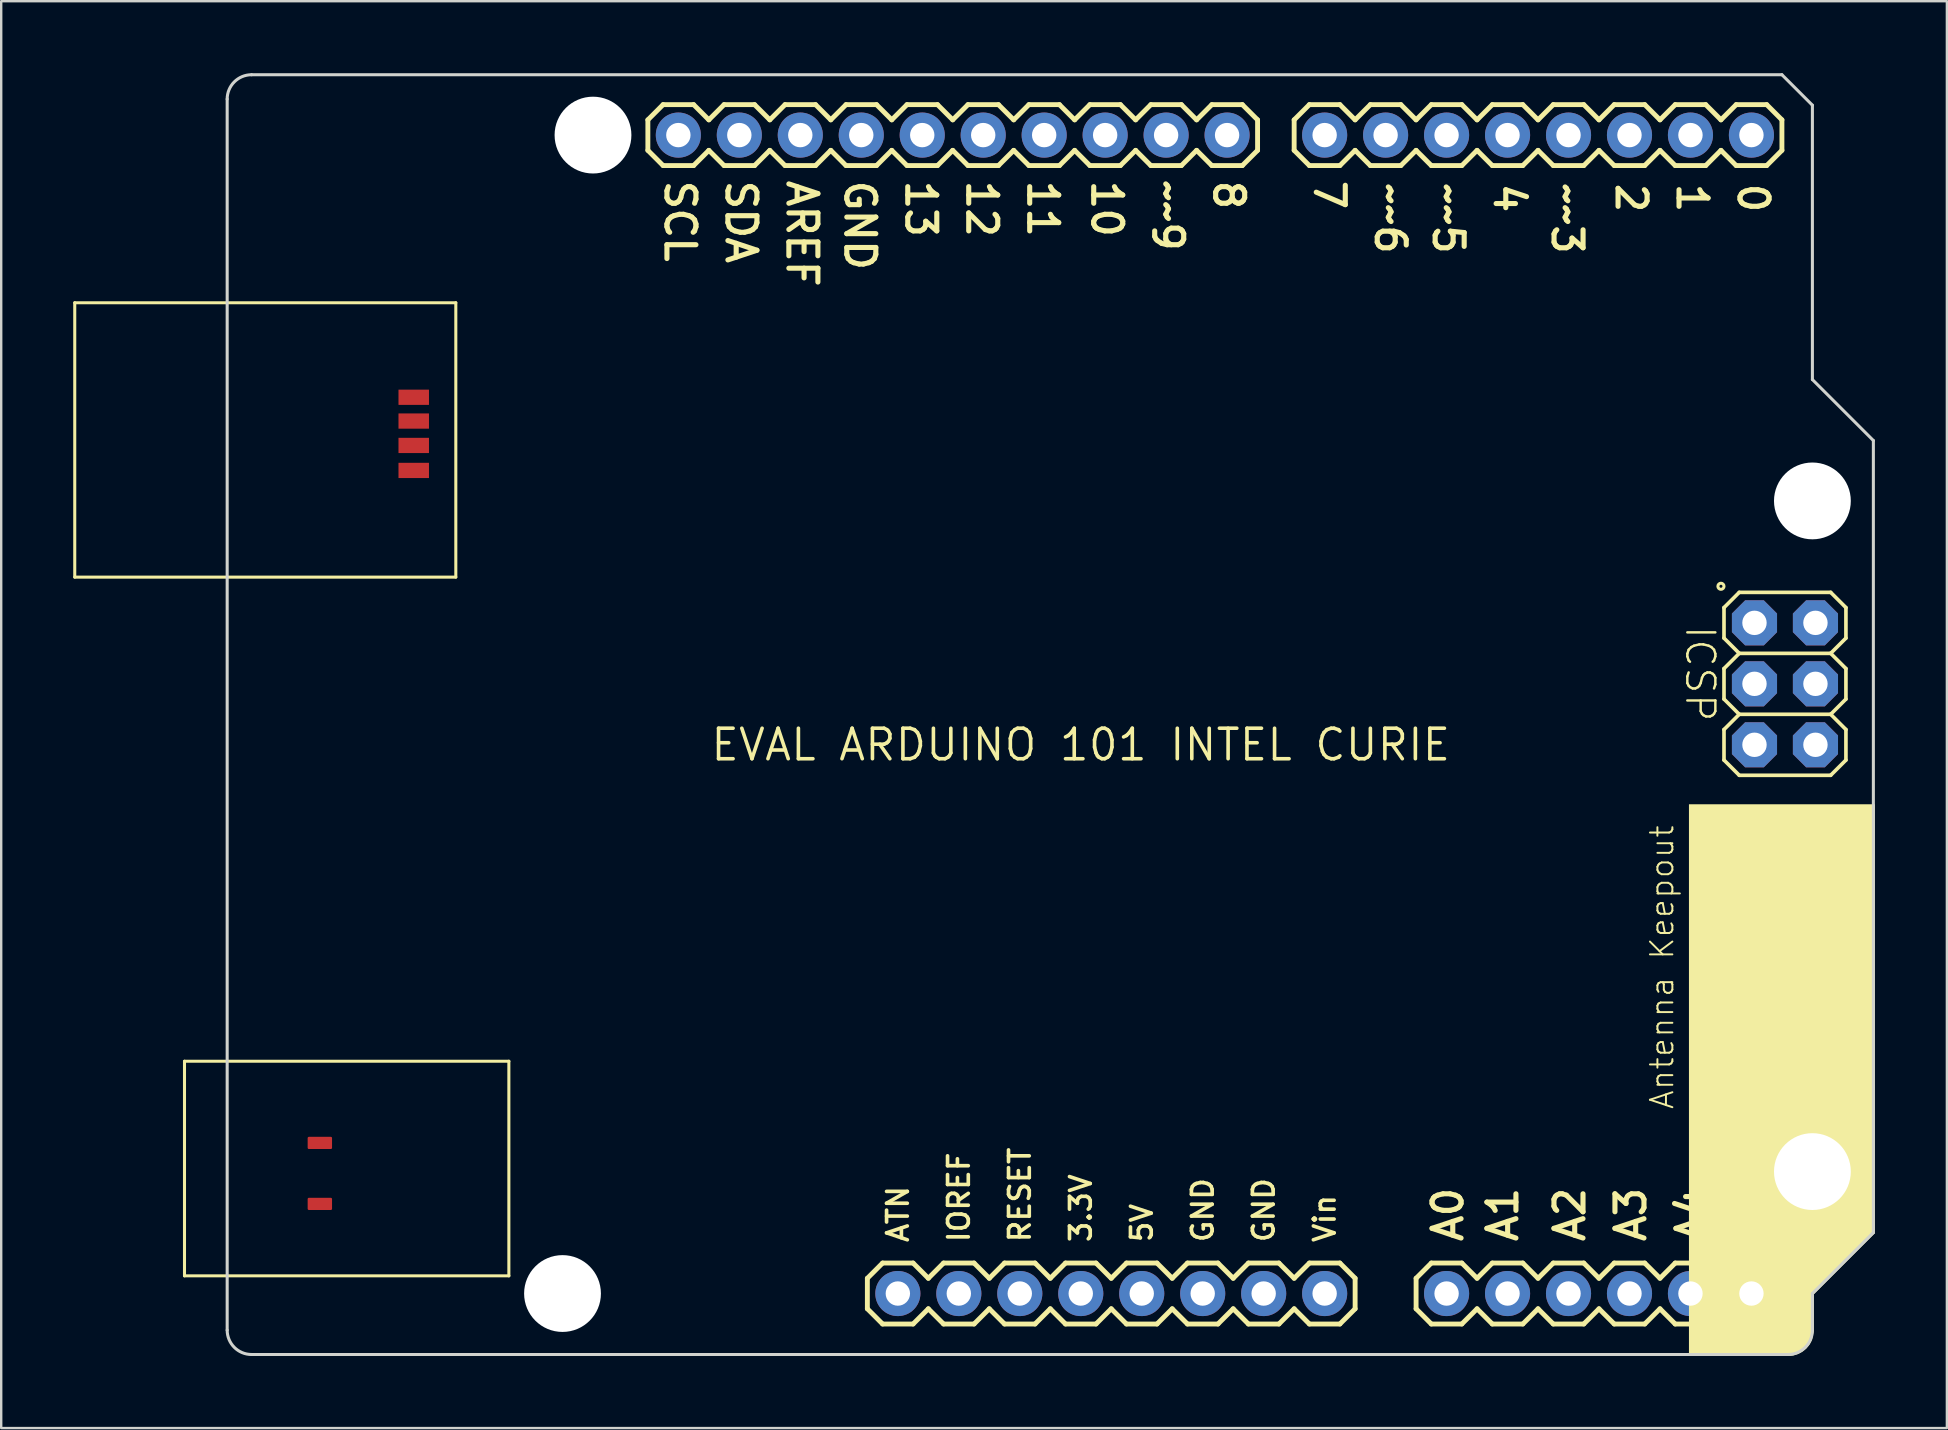
<source format=kicad_pcb>
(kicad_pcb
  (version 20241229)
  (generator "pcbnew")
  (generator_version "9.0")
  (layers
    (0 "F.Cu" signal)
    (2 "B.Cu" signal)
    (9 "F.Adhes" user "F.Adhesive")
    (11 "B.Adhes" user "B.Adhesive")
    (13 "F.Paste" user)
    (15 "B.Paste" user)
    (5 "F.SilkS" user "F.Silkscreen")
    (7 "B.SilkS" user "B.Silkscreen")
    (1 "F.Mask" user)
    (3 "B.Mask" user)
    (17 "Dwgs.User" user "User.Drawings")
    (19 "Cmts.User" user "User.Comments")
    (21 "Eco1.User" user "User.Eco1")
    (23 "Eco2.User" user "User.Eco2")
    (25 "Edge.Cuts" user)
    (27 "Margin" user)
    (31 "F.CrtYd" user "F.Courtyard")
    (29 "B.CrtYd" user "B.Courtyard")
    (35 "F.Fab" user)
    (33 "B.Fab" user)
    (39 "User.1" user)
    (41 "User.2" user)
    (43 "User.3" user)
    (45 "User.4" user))
  (footprint "EVAL ARDUINO 101 INTEL CURIE"
    (layer "F.Cu")
    (at 41.974 27.978)
    (property "Reference" "EVAL ARDUINO 101 INTEL CURIE" (at 0 0 0) (layer "F.SilkS") (effects (font (size 1.27 1.27) (thickness 0.15))))
    (fp_line (start -41.91 -18.415) (end -41.91 -6.985) (stroke (width 0.127) (type solid)) (layer "F.SilkS"))
    (fp_line (start -41.91 -6.985) (end -26.035 -6.985) (stroke (width 0.127) (type solid)) (layer "F.SilkS"))
    (fp_line (start -37.338 13.183) (end -37.338 22.123) (stroke (width 0.127) (type solid)) (layer "F.SilkS"))
    (fp_line (start -37.338 22.123) (end -23.825 22.123) (stroke (width 0.127) (type solid)) (layer "F.SilkS"))
    (fp_line (start -26.035 -18.415) (end -41.91 -18.415) (stroke (width 0.127) (type solid)) (layer "F.SilkS"))
    (fp_line (start -26.035 -6.985) (end -26.035 -18.415) (stroke (width 0.127) (type solid)) (layer "F.SilkS"))
    (fp_line (start -23.825 13.183) (end -37.338 13.183) (stroke (width 0.127) (type solid)) (layer "F.SilkS"))
    (fp_line (start -23.825 22.123) (end -23.825 13.183) (stroke (width 0.127) (type solid)) (layer "F.SilkS"))
    (fp_line (start -18.034 -26.035) (end -18.034 -24.765) (stroke (width 0.203) (type solid)) (layer "F.SilkS"))
    (fp_line (start -18.034 -24.765) (end -17.399 -24.13) (stroke (width 0.203) (type solid)) (layer "F.SilkS"))
    (fp_line (start -17.399 -26.67) (end -18.034 -26.035) (stroke (width 0.203) (type solid)) (layer "F.SilkS"))
    (fp_line (start -17.399 -26.67) (end -16.129 -26.67) (stroke (width 0.203) (type solid)) (layer "F.SilkS"))
    (fp_line (start -16.129 -26.67) (end -15.494 -26.035) (stroke (width 0.203) (type solid)) (layer "F.SilkS"))
    (fp_line (start -16.129 -24.13) (end -17.399 -24.13) (stroke (width 0.203) (type solid)) (layer "F.SilkS"))
    (fp_line (start -15.494 -24.765) (end -16.129 -24.13) (stroke (width 0.203) (type solid)) (layer "F.SilkS"))
    (fp_line (start -15.494 -24.765) (end -14.859 -24.13) (stroke (width 0.203) (type solid)) (layer "F.SilkS"))
    (fp_line (start -14.859 -26.67) (end -15.494 -26.035) (stroke (width 0.203) (type solid)) (layer "F.SilkS"))
    (fp_line (start -14.859 -26.67) (end -13.589 -26.67) (stroke (width 0.203) (type solid)) (layer "F.SilkS"))
    (fp_line (start -13.589 -26.67) (end -12.954 -26.035) (stroke (width 0.203) (type solid)) (layer "F.SilkS"))
    (fp_line (start -13.589 -24.13) (end -14.859 -24.13) (stroke (width 0.203) (type solid)) (layer "F.SilkS"))
    (fp_line (start -12.954 -24.765) (end -13.589 -24.13) (stroke (width 0.203) (type solid)) (layer "F.SilkS"))
    (fp_line (start -12.954 -24.765) (end -12.319 -24.13) (stroke (width 0.203) (type solid)) (layer "F.SilkS"))
    (fp_line (start -12.319 -26.67) (end -12.954 -26.035) (stroke (width 0.203) (type solid)) (layer "F.SilkS"))
    (fp_line (start -12.319 -26.67) (end -11.049 -26.67) (stroke (width 0.203) (type solid)) (layer "F.SilkS"))
    (fp_line (start -11.049 -26.67) (end -10.414 -26.035) (stroke (width 0.203) (type solid)) (layer "F.SilkS"))
    (fp_line (start -11.049 -24.13) (end -12.319 -24.13) (stroke (width 0.203) (type solid)) (layer "F.SilkS"))
    (fp_line (start -10.414 -26.035) (end -9.779 -26.67) (stroke (width 0.203) (type solid)) (layer "F.SilkS"))
    (fp_line (start -10.414 -24.765) (end -11.049 -24.13) (stroke (width 0.203) (type solid)) (layer "F.SilkS"))
    (fp_line (start -9.779 -26.67) (end -8.509 -26.67) (stroke (width 0.203) (type solid)) (layer "F.SilkS"))
    (fp_line (start -9.779 -24.13) (end -10.414 -24.765) (stroke (width 0.203) (type solid)) (layer "F.SilkS"))
    (fp_line (start -8.89 22.225) (end -8.89 23.495) (stroke (width 0.203) (type solid)) (layer "F.SilkS"))
    (fp_line (start -8.89 23.495) (end -8.255 24.13) (stroke (width 0.203) (type solid)) (layer "F.SilkS"))
    (fp_line (start -8.509 -26.67) (end -7.874 -26.035) (stroke (width 0.203) (type solid)) (layer "F.SilkS"))
    (fp_line (start -8.509 -24.13) (end -9.779 -24.13) (stroke (width 0.203) (type solid)) (layer "F.SilkS"))
    (fp_line (start -8.255 21.59) (end -8.89 22.225) (stroke (width 0.203) (type solid)) (layer "F.SilkS"))
    (fp_line (start -8.255 21.59) (end -6.985 21.59) (stroke (width 0.203) (type solid)) (layer "F.SilkS"))
    (fp_line (start -7.874 -26.035) (end -7.239 -26.67) (stroke (width 0.203) (type solid)) (layer "F.SilkS"))
    (fp_line (start -7.874 -24.765) (end -8.509 -24.13) (stroke (width 0.203) (type solid)) (layer "F.SilkS"))
    (fp_line (start -7.239 -26.67) (end -5.969 -26.67) (stroke (width 0.203) (type solid)) (layer "F.SilkS"))
    (fp_line (start -7.239 -24.13) (end -7.874 -24.765) (stroke (width 0.203) (type solid)) (layer "F.SilkS"))
    (fp_line (start -6.985 21.59) (end -6.35 22.225) (stroke (width 0.203) (type solid)) (layer "F.SilkS"))
    (fp_line (start -6.985 24.13) (end -8.255 24.13) (stroke (width 0.203) (type solid)) (layer "F.SilkS"))
    (fp_line (start -6.35 23.495) (end -6.985 24.13) (stroke (width 0.203) (type solid)) (layer "F.SilkS"))
    (fp_line (start -6.35 23.495) (end -5.715 24.13) (stroke (width 0.203) (type solid)) (layer "F.SilkS"))
    (fp_line (start -5.969 -26.67) (end -5.334 -26.035) (stroke (width 0.203) (type solid)) (layer "F.SilkS"))
    (fp_line (start -5.969 -24.13) (end -7.239 -24.13) (stroke (width 0.203) (type solid)) (layer "F.SilkS"))
    (fp_line (start -5.715 21.59) (end -6.35 22.225) (stroke (width 0.203) (type solid)) (layer "F.SilkS"))
    (fp_line (start -5.715 21.59) (end -4.445 21.59) (stroke (width 0.203) (type solid)) (layer "F.SilkS"))
    (fp_line (start -5.334 -24.765) (end -5.969 -24.13) (stroke (width 0.203) (type solid)) (layer "F.SilkS"))
    (fp_line (start -5.334 -24.765) (end -4.699 -24.13) (stroke (width 0.203) (type solid)) (layer "F.SilkS"))
    (fp_line (start -4.699 -26.67) (end -5.334 -26.035) (stroke (width 0.203) (type solid)) (layer "F.SilkS"))
    (fp_line (start -4.699 -26.67) (end -3.429 -26.67) (stroke (width 0.203) (type solid)) (layer "F.SilkS"))
    (fp_line (start -4.445 21.59) (end -3.81 22.225) (stroke (width 0.203) (type solid)) (layer "F.SilkS"))
    (fp_line (start -4.445 24.13) (end -5.715 24.13) (stroke (width 0.203) (type solid)) (layer "F.SilkS"))
    (fp_line (start -3.81 23.495) (end -4.445 24.13) (stroke (width 0.203) (type solid)) (layer "F.SilkS"))
    (fp_line (start -3.81 23.495) (end -3.175 24.13) (stroke (width 0.203) (type solid)) (layer "F.SilkS"))
    (fp_line (start -3.429 -26.67) (end -2.794 -26.035) (stroke (width 0.203) (type solid)) (layer "F.SilkS"))
    (fp_line (start -3.429 -24.13) (end -4.699 -24.13) (stroke (width 0.203) (type solid)) (layer "F.SilkS"))
    (fp_line (start -3.175 21.59) (end -3.81 22.225) (stroke (width 0.203) (type solid)) (layer "F.SilkS"))
    (fp_line (start -3.175 21.59) (end -1.905 21.59) (stroke (width 0.203) (type solid)) (layer "F.SilkS"))
    (fp_line (start -2.794 -26.035) (end -2.159 -26.67) (stroke (width 0.203) (type solid)) (layer "F.SilkS"))
    (fp_line (start -2.794 -24.765) (end -3.429 -24.13) (stroke (width 0.203) (type solid)) (layer "F.SilkS"))
    (fp_line (start -2.159 -26.67) (end -0.889 -26.67) (stroke (width 0.203) (type solid)) (layer "F.SilkS"))
    (fp_line (start -2.159 -24.13) (end -2.794 -24.765) (stroke (width 0.203) (type solid)) (layer "F.SilkS"))
    (fp_line (start -1.905 21.59) (end -1.27 22.225) (stroke (width 0.203) (type solid)) (layer "F.SilkS"))
    (fp_line (start -1.905 24.13) (end -3.175 24.13) (stroke (width 0.203) (type solid)) (layer "F.SilkS"))
    (fp_line (start -1.27 22.225) (end -0.635 21.59) (stroke (width 0.203) (type solid)) (layer "F.SilkS"))
    (fp_line (start -1.27 23.495) (end -1.905 24.13) (stroke (width 0.203) (type solid)) (layer "F.SilkS"))
    (fp_line (start -0.889 -26.67) (end -0.254 -26.035) (stroke (width 0.203) (type solid)) (layer "F.SilkS"))
    (fp_line (start -0.889 -24.13) (end -2.159 -24.13) (stroke (width 0.203) (type solid)) (layer "F.SilkS"))
    (fp_line (start -0.635 21.59) (end 0.635 21.59) (stroke (width 0.203) (type solid)) (layer "F.SilkS"))
    (fp_line (start -0.635 24.13) (end -1.27 23.495) (stroke (width 0.203) (type solid)) (layer "F.SilkS"))
    (fp_line (start -0.254 -26.035) (end 0.381 -26.67) (stroke (width 0.203) (type solid)) (layer "F.SilkS"))
    (fp_line (start -0.254 -24.765) (end -0.889 -24.13) (stroke (width 0.203) (type solid)) (layer "F.SilkS"))
    (fp_line (start 0.381 -26.67) (end 1.651 -26.67) (stroke (width 0.203) (type solid)) (layer "F.SilkS"))
    (fp_line (start 0.381 -24.13) (end -0.254 -24.765) (stroke (width 0.203) (type solid)) (layer "F.SilkS"))
    (fp_line (start 0.635 21.59) (end 1.27 22.225) (stroke (width 0.203) (type solid)) (layer "F.SilkS"))
    (fp_line (start 0.635 24.13) (end -0.635 24.13) (stroke (width 0.203) (type solid)) (layer "F.SilkS"))
    (fp_line (start 1.27 22.225) (end 1.905 21.59) (stroke (width 0.203) (type solid)) (layer "F.SilkS"))
    (fp_line (start 1.27 23.495) (end 0.635 24.13) (stroke (width 0.203) (type solid)) (layer "F.SilkS"))
    (fp_line (start 1.651 -26.67) (end 2.286 -26.035) (stroke (width 0.203) (type solid)) (layer "F.SilkS"))
    (fp_line (start 1.651 -24.13) (end 0.381 -24.13) (stroke (width 0.203) (type solid)) (layer "F.SilkS"))
    (fp_line (start 1.905 21.59) (end 3.175 21.59) (stroke (width 0.203) (type solid)) (layer "F.SilkS"))
    (fp_line (start 1.905 24.13) (end 1.27 23.495) (stroke (width 0.203) (type solid)) (layer "F.SilkS"))
    (fp_line (start 2.286 -24.765) (end 1.651 -24.13) (stroke (width 0.203) (type solid)) (layer "F.SilkS"))
    (fp_line (start 2.286 -24.765) (end 2.921 -24.13) (stroke (width 0.203) (type solid)) (layer "F.SilkS"))
    (fp_line (start 2.921 -26.67) (end 2.286 -26.035) (stroke (width 0.203) (type solid)) (layer "F.SilkS"))
    (fp_line (start 2.921 -26.67) (end 4.191 -26.67) (stroke (width 0.203) (type solid)) (layer "F.SilkS"))
    (fp_line (start 3.175 21.59) (end 3.81 22.225) (stroke (width 0.203) (type solid)) (layer "F.SilkS"))
    (fp_line (start 3.175 24.13) (end 1.905 24.13) (stroke (width 0.203) (type solid)) (layer "F.SilkS"))
    (fp_line (start 3.81 23.495) (end 3.175 24.13) (stroke (width 0.203) (type solid)) (layer "F.SilkS"))
    (fp_line (start 3.81 23.495) (end 4.445 24.13) (stroke (width 0.203) (type solid)) (layer "F.SilkS"))
    (fp_line (start 4.191 -26.67) (end 4.826 -26.035) (stroke (width 0.203) (type solid)) (layer "F.SilkS"))
    (fp_line (start 4.191 -24.13) (end 2.921 -24.13) (stroke (width 0.203) (type solid)) (layer "F.SilkS"))
    (fp_line (start 4.445 21.59) (end 3.81 22.225) (stroke (width 0.203) (type solid)) (layer "F.SilkS"))
    (fp_line (start 4.445 21.59) (end 5.715 21.59) (stroke (width 0.203) (type solid)) (layer "F.SilkS"))
    (fp_line (start 4.826 -24.765) (end 4.191 -24.13) (stroke (width 0.203) (type solid)) (layer "F.SilkS"))
    (fp_line (start 4.826 -24.765) (end 5.461 -24.13) (stroke (width 0.203) (type solid)) (layer "F.SilkS"))
    (fp_line (start 5.461 -26.67) (end 4.826 -26.035) (stroke (width 0.203) (type solid)) (layer "F.SilkS"))
    (fp_line (start 5.461 -26.67) (end 6.731 -26.67) (stroke (width 0.203) (type solid)) (layer "F.SilkS"))
    (fp_line (start 5.715 21.59) (end 6.35 22.225) (stroke (width 0.203) (type solid)) (layer "F.SilkS"))
    (fp_line (start 5.715 24.13) (end 4.445 24.13) (stroke (width 0.203) (type solid)) (layer "F.SilkS"))
    (fp_line (start 6.35 22.225) (end 6.985 21.59) (stroke (width 0.203) (type solid)) (layer "F.SilkS"))
    (fp_line (start 6.35 23.495) (end 5.715 24.13) (stroke (width 0.203) (type solid)) (layer "F.SilkS"))
    (fp_line (start 6.731 -26.67) (end 7.366 -26.035) (stroke (width 0.203) (type solid)) (layer "F.SilkS"))
    (fp_line (start 6.731 -24.13) (end 5.461 -24.13) (stroke (width 0.203) (type solid)) (layer "F.SilkS"))
    (fp_line (start 6.985 21.59) (end 8.255 21.59) (stroke (width 0.203) (type solid)) (layer "F.SilkS"))
    (fp_line (start 6.985 24.13) (end 6.35 23.495) (stroke (width 0.203) (type solid)) (layer "F.SilkS"))
    (fp_line (start 7.366 -26.035) (end 7.366 -24.765) (stroke (width 0.203) (type solid)) (layer "F.SilkS"))
    (fp_line (start 7.366 -24.765) (end 6.731 -24.13) (stroke (width 0.203) (type solid)) (layer "F.SilkS"))
    (fp_line (start 8.255 21.59) (end 8.89 22.225) (stroke (width 0.203) (type solid)) (layer "F.SilkS"))
    (fp_line (start 8.255 24.13) (end 6.985 24.13) (stroke (width 0.203) (type solid)) (layer "F.SilkS"))
    (fp_line (start 8.89 -26.035) (end 8.89 -24.765) (stroke (width 0.203) (type solid)) (layer "F.SilkS"))
    (fp_line (start 8.89 -24.765) (end 9.525 -24.13) (stroke (width 0.203) (type solid)) (layer "F.SilkS"))
    (fp_line (start 8.89 22.225) (end 9.525 21.59) (stroke (width 0.203) (type solid)) (layer "F.SilkS"))
    (fp_line (start 8.89 23.495) (end 8.255 24.13) (stroke (width 0.203) (type solid)) (layer "F.SilkS"))
    (fp_line (start 9.525 -26.67) (end 8.89 -26.035) (stroke (width 0.203) (type solid)) (layer "F.SilkS"))
    (fp_line (start 9.525 -26.67) (end 10.795 -26.67) (stroke (width 0.203) (type solid)) (layer "F.SilkS"))
    (fp_line (start 9.525 21.59) (end 10.795 21.59) (stroke (width 0.203) (type solid)) (layer "F.SilkS"))
    (fp_line (start 9.525 24.13) (end 8.89 23.495) (stroke (width 0.203) (type solid)) (layer "F.SilkS"))
    (fp_line (start 10.795 -26.67) (end 11.43 -26.035) (stroke (width 0.203) (type solid)) (layer "F.SilkS"))
    (fp_line (start 10.795 -24.13) (end 9.525 -24.13) (stroke (width 0.203) (type solid)) (layer "F.SilkS"))
    (fp_line (start 10.795 21.59) (end 11.43 22.225) (stroke (width 0.203) (type solid)) (layer "F.SilkS"))
    (fp_line (start 10.795 24.13) (end 9.525 24.13) (stroke (width 0.203) (type solid)) (layer "F.SilkS"))
    (fp_line (start 11.43 -26.035) (end 12.065 -26.67) (stroke (width 0.203) (type solid)) (layer "F.SilkS"))
    (fp_line (start 11.43 -24.765) (end 10.795 -24.13) (stroke (width 0.203) (type solid)) (layer "F.SilkS"))
    (fp_line (start 11.43 22.225) (end 11.43 23.495) (stroke (width 0.203) (type solid)) (layer "F.SilkS"))
    (fp_line (start 11.43 23.495) (end 10.795 24.13) (stroke (width 0.203) (type solid)) (layer "F.SilkS"))
    (fp_line (start 12.065 -26.67) (end 13.335 -26.67) (stroke (width 0.203) (type solid)) (layer "F.SilkS"))
    (fp_line (start 12.065 -24.13) (end 11.43 -24.765) (stroke (width 0.203) (type solid)) (layer "F.SilkS"))
    (fp_line (start 13.335 -26.67) (end 13.97 -26.035) (stroke (width 0.203) (type solid)) (layer "F.SilkS"))
    (fp_line (start 13.335 -24.13) (end 12.065 -24.13) (stroke (width 0.203) (type solid)) (layer "F.SilkS"))
    (fp_line (start 13.97 -26.035) (end 14.605 -26.67) (stroke (width 0.203) (type solid)) (layer "F.SilkS"))
    (fp_line (start 13.97 -24.765) (end 13.335 -24.13) (stroke (width 0.203) (type solid)) (layer "F.SilkS"))
    (fp_line (start 13.97 22.225) (end 13.97 23.495) (stroke (width 0.203) (type solid)) (layer "F.SilkS"))
    (fp_line (start 13.97 23.495) (end 14.605 24.13) (stroke (width 0.203) (type solid)) (layer "F.SilkS"))
    (fp_line (start 14.605 -26.67) (end 15.875 -26.67) (stroke (width 0.203) (type solid)) (layer "F.SilkS"))
    (fp_line (start 14.605 -24.13) (end 13.97 -24.765) (stroke (width 0.203) (type solid)) (layer "F.SilkS"))
    (fp_line (start 14.605 21.59) (end 13.97 22.225) (stroke (width 0.203) (type solid)) (layer "F.SilkS"))
    (fp_line (start 14.605 21.59) (end 15.875 21.59) (stroke (width 0.203) (type solid)) (layer "F.SilkS"))
    (fp_line (start 15.875 -26.67) (end 16.51 -26.035) (stroke (width 0.203) (type solid)) (layer "F.SilkS"))
    (fp_line (start 15.875 -24.13) (end 14.605 -24.13) (stroke (width 0.203) (type solid)) (layer "F.SilkS"))
    (fp_line (start 15.875 21.59) (end 16.51 22.225) (stroke (width 0.203) (type solid)) (layer "F.SilkS"))
    (fp_line (start 15.875 24.13) (end 14.605 24.13) (stroke (width 0.203) (type solid)) (layer "F.SilkS"))
    (fp_line (start 16.51 -24.765) (end 15.875 -24.13) (stroke (width 0.203) (type solid)) (layer "F.SilkS"))
    (fp_line (start 16.51 -24.765) (end 17.145 -24.13) (stroke (width 0.203) (type solid)) (layer "F.SilkS"))
    (fp_line (start 16.51 22.225) (end 17.145 21.59) (stroke (width 0.203) (type solid)) (layer "F.SilkS"))
    (fp_line (start 16.51 23.495) (end 15.875 24.13) (stroke (width 0.203) (type solid)) (layer "F.SilkS"))
    (fp_line (start 17.145 -26.67) (end 16.51 -26.035) (stroke (width 0.203) (type solid)) (layer "F.SilkS"))
    (fp_line (start 17.145 -26.67) (end 18.415 -26.67) (stroke (width 0.203) (type solid)) (layer "F.SilkS"))
    (fp_line (start 17.145 21.59) (end 18.415 21.59) (stroke (width 0.203) (type solid)) (layer "F.SilkS"))
    (fp_line (start 17.145 24.13) (end 16.51 23.495) (stroke (width 0.203) (type solid)) (layer "F.SilkS"))
    (fp_line (start 18.415 -26.67) (end 19.05 -26.035) (stroke (width 0.203) (type solid)) (layer "F.SilkS"))
    (fp_line (start 18.415 -24.13) (end 17.145 -24.13) (stroke (width 0.203) (type solid)) (layer "F.SilkS"))
    (fp_line (start 18.415 21.59) (end 19.05 22.225) (stroke (width 0.203) (type solid)) (layer "F.SilkS"))
    (fp_line (start 18.415 24.13) (end 17.145 24.13) (stroke (width 0.203) (type solid)) (layer "F.SilkS"))
    (fp_line (start 19.05 -26.035) (end 19.685 -26.67) (stroke (width 0.203) (type solid)) (layer "F.SilkS"))
    (fp_line (start 19.05 -24.765) (end 18.415 -24.13) (stroke (width 0.203) (type solid)) (layer "F.SilkS"))
    (fp_line (start 19.05 22.225) (end 19.685 21.59) (stroke (width 0.203) (type solid)) (layer "F.SilkS"))
    (fp_line (start 19.05 23.495) (end 18.415 24.13) (stroke (width 0.203) (type solid)) (layer "F.SilkS"))
    (fp_line (start 19.685 -26.67) (end 20.955 -26.67) (stroke (width 0.203) (type solid)) (layer "F.SilkS"))
    (fp_line (start 19.685 -24.13) (end 19.05 -24.765) (stroke (width 0.203) (type solid)) (layer "F.SilkS"))
    (fp_line (start 19.685 21.59) (end 20.955 21.59) (stroke (width 0.203) (type solid)) (layer "F.SilkS"))
    (fp_line (start 19.685 24.13) (end 19.05 23.495) (stroke (width 0.203) (type solid)) (layer "F.SilkS"))
    (fp_line (start 20.955 -26.67) (end 21.59 -26.035) (stroke (width 0.203) (type solid)) (layer "F.SilkS"))
    (fp_line (start 20.955 -24.13) (end 19.685 -24.13) (stroke (width 0.203) (type solid)) (layer "F.SilkS"))
    (fp_line (start 20.955 21.59) (end 21.59 22.225) (stroke (width 0.203) (type solid)) (layer "F.SilkS"))
    (fp_line (start 20.955 24.13) (end 19.685 24.13) (stroke (width 0.203) (type solid)) (layer "F.SilkS"))
    (fp_line (start 21.59 -26.035) (end 22.225 -26.67) (stroke (width 0.203) (type solid)) (layer "F.SilkS"))
    (fp_line (start 21.59 -24.765) (end 20.955 -24.13) (stroke (width 0.203) (type solid)) (layer "F.SilkS"))
    (fp_line (start 21.59 23.495) (end 20.955 24.13) (stroke (width 0.203) (type solid)) (layer "F.SilkS"))
    (fp_line (start 21.59 23.495) (end 22.225 24.13) (stroke (width 0.203) (type solid)) (layer "F.SilkS"))
    (fp_line (start 22.225 -26.67) (end 23.495 -26.67) (stroke (width 0.203) (type solid)) (layer "F.SilkS"))
    (fp_line (start 22.225 -24.13) (end 21.59 -24.765) (stroke (width 0.203) (type solid)) (layer "F.SilkS"))
    (fp_line (start 22.225 21.59) (end 21.59 22.225) (stroke (width 0.203) (type solid)) (layer "F.SilkS"))
    (fp_line (start 22.225 21.59) (end 23.495 21.59) (stroke (width 0.203) (type solid)) (layer "F.SilkS"))
    (fp_line (start 23.495 -26.67) (end 24.13 -26.035) (stroke (width 0.203) (type solid)) (layer "F.SilkS"))
    (fp_line (start 23.495 -24.13) (end 22.225 -24.13) (stroke (width 0.203) (type solid)) (layer "F.SilkS"))
    (fp_line (start 23.495 21.59) (end 24.13 22.225) (stroke (width 0.203) (type solid)) (layer "F.SilkS"))
    (fp_line (start 23.495 24.13) (end 22.225 24.13) (stroke (width 0.203) (type solid)) (layer "F.SilkS"))
    (fp_line (start 24.13 -24.765) (end 23.495 -24.13) (stroke (width 0.203) (type solid)) (layer "F.SilkS"))
    (fp_line (start 24.13 -24.765) (end 24.765 -24.13) (stroke (width 0.203) (type solid)) (layer "F.SilkS"))
    (fp_line (start 24.13 22.225) (end 24.765 21.59) (stroke (width 0.203) (type solid)) (layer "F.SilkS"))
    (fp_line (start 24.13 23.495) (end 23.495 24.13) (stroke (width 0.203) (type solid)) (layer "F.SilkS"))
    (fp_line (start 24.765 -26.67) (end 24.13 -26.035) (stroke (width 0.203) (type solid)) (layer "F.SilkS"))
    (fp_line (start 24.765 -26.67) (end 26.035 -26.67) (stroke (width 0.203) (type solid)) (layer "F.SilkS"))
    (fp_line (start 24.765 21.59) (end 26.035 21.59) (stroke (width 0.203) (type solid)) (layer "F.SilkS"))
    (fp_line (start 24.765 24.13) (end 24.13 23.495) (stroke (width 0.203) (type solid)) (layer "F.SilkS"))
    (fp_line (start 26.035 -26.67) (end 26.67 -26.035) (stroke (width 0.203) (type solid)) (layer "F.SilkS"))
    (fp_line (start 26.035 -24.13) (end 24.765 -24.13) (stroke (width 0.203) (type solid)) (layer "F.SilkS"))
    (fp_line (start 26.035 21.59) (end 26.67 22.225) (stroke (width 0.203) (type solid)) (layer "F.SilkS"))
    (fp_line (start 26.035 24.13) (end 24.765 24.13) (stroke (width 0.203) (type solid)) (layer "F.SilkS"))
    (fp_line (start 26.67 -24.765) (end 26.035 -24.13) (stroke (width 0.203) (type solid)) (layer "F.SilkS"))
    (fp_line (start 26.67 -24.765) (end 27.305 -24.13) (stroke (width 0.203) (type solid)) (layer "F.SilkS"))
    (fp_line (start 26.67 22.225) (end 27.305 21.59) (stroke (width 0.203) (type solid)) (layer "F.SilkS"))
    (fp_line (start 26.67 23.495) (end 26.035 24.13) (stroke (width 0.203) (type solid)) (layer "F.SilkS"))
    (fp_line (start 26.797 -5.715) (end 27.432 -6.35) (stroke (width 0.152) (type solid)) (layer "F.SilkS"))
    (fp_line (start 26.797 -4.445) (end 26.797 -5.715) (stroke (width 0.152) (type solid)) (layer "F.SilkS"))
    (fp_line (start 26.797 -3.175) (end 27.432 -3.81) (stroke (width 0.152) (type solid)) (layer "F.SilkS"))
    (fp_line (start 26.797 -1.905) (end 26.797 -3.175) (stroke (width 0.152) (type solid)) (layer "F.SilkS"))
    (fp_line (start 26.797 -0.635) (end 27.432 -1.27) (stroke (width 0.152) (type solid)) (layer "F.SilkS"))
    (fp_line (start 26.797 0.635) (end 26.797 -0.635) (stroke (width 0.152) (type solid)) (layer "F.SilkS"))
    (fp_line (start 27.305 -26.67) (end 26.67 -26.035) (stroke (width 0.203) (type solid)) (layer "F.SilkS"))
    (fp_line (start 27.305 -26.67) (end 28.575 -26.67) (stroke (width 0.203) (type solid)) (layer "F.SilkS"))
    (fp_line (start 27.305 21.59) (end 28.575 21.59) (stroke (width 0.203) (type solid)) (layer "F.SilkS"))
    (fp_line (start 27.305 24.13) (end 26.67 23.495) (stroke (width 0.203) (type solid)) (layer "F.SilkS"))
    (fp_line (start 27.432 -6.35) (end 31.242 -6.35) (stroke (width 0.152) (type solid)) (layer "F.SilkS"))
    (fp_line (start 27.432 -3.81) (end 26.797 -4.445) (stroke (width 0.152) (type solid)) (layer "F.SilkS"))
    (fp_line (start 27.432 -3.81) (end 31.242 -3.81) (stroke (width 0.152) (type solid)) (layer "F.SilkS"))
    (fp_line (start 27.432 -1.27) (end 26.797 -1.905) (stroke (width 0.152) (type solid)) (layer "F.SilkS"))
    (fp_line (start 27.432 -1.27) (end 31.242 -1.27) (stroke (width 0.152) (type solid)) (layer "F.SilkS"))
    (fp_line (start 27.432 1.27) (end 26.797 0.635) (stroke (width 0.152) (type solid)) (layer "F.SilkS"))
    (fp_line (start 27.432 1.27) (end 31.242 1.27) (stroke (width 0.152) (type solid)) (layer "F.SilkS"))
    (fp_line (start 28.575 -26.67) (end 29.21 -26.035) (stroke (width 0.203) (type solid)) (layer "F.SilkS"))
    (fp_line (start 28.575 -24.13) (end 27.305 -24.13) (stroke (width 0.203) (type solid)) (layer "F.SilkS"))
    (fp_line (start 28.575 21.59) (end 29.21 22.225) (stroke (width 0.203) (type solid)) (layer "F.SilkS"))
    (fp_line (start 28.575 24.13) (end 27.305 24.13) (stroke (width 0.203) (type solid)) (layer "F.SilkS"))
    (fp_line (start 29.21 -26.035) (end 29.21 -24.765) (stroke (width 0.203) (type solid)) (layer "F.SilkS"))
    (fp_line (start 29.21 -24.765) (end 28.575 -24.13) (stroke (width 0.203) (type solid)) (layer "F.SilkS"))
    (fp_line (start 29.21 22.225) (end 29.21 23.495) (stroke (width 0.203) (type solid)) (layer "F.SilkS"))
    (fp_line (start 29.21 23.495) (end 28.575 24.13) (stroke (width 0.203) (type solid)) (layer "F.SilkS"))
    (fp_line (start 31.242 -3.81) (end 31.877 -4.445) (stroke (width 0.152) (type solid)) (layer "F.SilkS"))
    (fp_line (start 31.242 -1.27) (end 31.877 -1.905) (stroke (width 0.152) (type solid)) (layer "F.SilkS"))
    (fp_line (start 31.242 1.27) (end 31.877 0.635) (stroke (width 0.152) (type solid)) (layer "F.SilkS"))
    (fp_line (start 31.877 -5.715) (end 31.242 -6.35) (stroke (width 0.152) (type solid)) (layer "F.SilkS"))
    (fp_line (start 31.877 -4.445) (end 31.877 -5.715) (stroke (width 0.152) (type solid)) (layer "F.SilkS"))
    (fp_line (start 31.877 -3.175) (end 31.242 -3.81) (stroke (width 0.152) (type solid)) (layer "F.SilkS"))
    (fp_line (start 31.877 -1.905) (end 31.877 -3.175) (stroke (width 0.152) (type solid)) (layer "F.SilkS"))
    (fp_line (start 31.877 -0.635) (end 31.242 -1.27) (stroke (width 0.152) (type solid)) (layer "F.SilkS"))
    (fp_line (start 31.877 0.635) (end 31.877 -0.635) (stroke (width 0.152) (type solid)) (layer "F.SilkS"))
    (fp_circle (center 26.67 -6.604) (end 26.797 -6.604) (stroke (width 0.127) (type solid)) (fill no) (layer "F.SilkS"))
    (fp_poly (pts (xy 33.084 20.346) (xy 30.544 22.886) (xy 30.544 24.39) (xy 30.463 24.794) (xy 30.362 24.984) (xy 30.228 25.148) (xy 30.064 25.282) (xy 29.877 25.382) (xy 29.675 25.443) (xy 29.467 25.463) (xy 25.337 25.463) (xy 25.337 2.477) (xy 33.084 2.477)) (stroke (width 0) (type default)) (fill yes) (layer "F.SilkS"))
    (fp_line (start -35.56 24.384) (end -35.56 -26.899) (stroke (width 0.127) (type solid)) (layer "Edge.Cuts"))
    (fp_line (start -34.544 -27.915) (end 29.21 -27.915) (stroke (width 0.127) (type solid)) (layer "Edge.Cuts"))
    (fp_line (start 29.21 -27.915) (end 30.48 -26.645) (stroke (width 0.127) (type solid)) (layer "Edge.Cuts"))
    (fp_line (start 29.464 25.4) (end -34.544 25.4) (stroke (width 0.127) (type solid)) (layer "Edge.Cuts"))
    (fp_line (start 30.48 -26.645) (end 30.48 -15.215) (stroke (width 0.127) (type solid)) (layer "Edge.Cuts"))
    (fp_line (start 30.48 -15.215) (end 33.02 -12.675) (stroke (width 0.127) (type solid)) (layer "Edge.Cuts"))
    (fp_line (start 30.48 22.86) (end 30.48 24.384) (stroke (width 0.127) (type solid)) (layer "Edge.Cuts"))
    (fp_line (start 33.02 -12.675) (end 33.02 20.32) (stroke (width 0.127) (type solid)) (layer "Edge.Cuts"))
    (fp_line (start 33.02 20.32) (end 30.48 22.86) (stroke (width 0.127) (type solid)) (layer "Edge.Cuts"))
    (fp_arc (start -35.56 -26.8986) (mid -35.26242 -27.61702) (end -34.544 -27.9146) (stroke (width 0.127) (type solid)) (layer "Edge.Cuts"))
    (fp_arc (start -34.544 25.4) (mid -35.26242 25.10242) (end -35.56 24.384) (stroke (width 0.127) (type solid)) (layer "Edge.Cuts"))
    (fp_arc (start 30.48 24.384) (mid 30.18242 25.10242) (end 29.464 25.4) (stroke (width 0.127) (type solid)) (layer "Edge.Cuts"))
    (fp_poly (pts (xy -17.018 -25.146) (xy -16.51 -25.146) (xy -16.51 -25.654) (xy -17.018 -25.654)) (stroke (width 0.1) (type default)) (fill no) (layer "F.Fab"))
    (fp_poly (pts (xy -14.478 -25.146) (xy -13.97 -25.146) (xy -13.97 -25.654) (xy -14.478 -25.654)) (stroke (width 0.1) (type default)) (fill no) (layer "F.Fab"))
    (fp_poly (pts (xy -11.938 -25.146) (xy -11.43 -25.146) (xy -11.43 -25.654) (xy -11.938 -25.654)) (stroke (width 0.1) (type default)) (fill no) (layer "F.Fab"))
    (fp_poly (pts (xy -9.398 -25.146) (xy -8.89 -25.146) (xy -8.89 -25.654) (xy -9.398 -25.654)) (stroke (width 0.1) (type default)) (fill no) (layer "F.Fab"))
    (fp_poly (pts (xy -7.874 23.114) (xy -7.366 23.114) (xy -7.366 22.606) (xy -7.874 22.606)) (stroke (width 0.1) (type default)) (fill no) (layer "F.Fab"))
    (fp_poly (pts (xy -6.858 -25.146) (xy -6.35 -25.146) (xy -6.35 -25.654) (xy -6.858 -25.654)) (stroke (width 0.1) (type default)) (fill no) (layer "F.Fab"))
    (fp_poly (pts (xy -5.334 23.114) (xy -4.826 23.114) (xy -4.826 22.606) (xy -5.334 22.606)) (stroke (width 0.1) (type default)) (fill no) (layer "F.Fab"))
    (fp_poly (pts (xy -4.318 -25.146) (xy -3.81 -25.146) (xy -3.81 -25.654) (xy -4.318 -25.654)) (stroke (width 0.1) (type default)) (fill no) (layer "F.Fab"))
    (fp_poly (pts (xy -2.794 23.114) (xy -2.286 23.114) (xy -2.286 22.606) (xy -2.794 22.606)) (stroke (width 0.1) (type default)) (fill no) (layer "F.Fab"))
    (fp_poly (pts (xy -1.778 -25.146) (xy -1.27 -25.146) (xy -1.27 -25.654) (xy -1.778 -25.654)) (stroke (width 0.1) (type default)) (fill no) (layer "F.Fab"))
    (fp_poly (pts (xy -0.254 23.114) (xy 0.254 23.114) (xy 0.254 22.606) (xy -0.254 22.606)) (stroke (width 0.1) (type default)) (fill no) (layer "F.Fab"))
    (fp_poly (pts (xy 0.762 -25.146) (xy 1.27 -25.146) (xy 1.27 -25.654) (xy 0.762 -25.654)) (stroke (width 0.1) (type default)) (fill no) (layer "F.Fab"))
    (fp_poly (pts (xy 2.286 23.114) (xy 2.794 23.114) (xy 2.794 22.606) (xy 2.286 22.606)) (stroke (width 0.1) (type default)) (fill no) (layer "F.Fab"))
    (fp_poly (pts (xy 3.302 -25.146) (xy 3.81 -25.146) (xy 3.81 -25.654) (xy 3.302 -25.654)) (stroke (width 0.1) (type default)) (fill no) (layer "F.Fab"))
    (fp_poly (pts (xy 4.826 23.114) (xy 5.334 23.114) (xy 5.334 22.606) (xy 4.826 22.606)) (stroke (width 0.1) (type default)) (fill no) (layer "F.Fab"))
    (fp_poly (pts (xy 5.842 -25.146) (xy 6.35 -25.146) (xy 6.35 -25.654) (xy 5.842 -25.654)) (stroke (width 0.1) (type default)) (fill no) (layer "F.Fab"))
    (fp_poly (pts (xy 7.366 23.114) (xy 7.874 23.114) (xy 7.874 22.606) (xy 7.366 22.606)) (stroke (width 0.1) (type default)) (fill no) (layer "F.Fab"))
    (fp_poly (pts (xy 9.906 -25.146) (xy 10.414 -25.146) (xy 10.414 -25.654) (xy 9.906 -25.654)) (stroke (width 0.1) (type default)) (fill no) (layer "F.Fab"))
    (fp_poly (pts (xy 9.906 23.114) (xy 10.414 23.114) (xy 10.414 22.606) (xy 9.906 22.606)) (stroke (width 0.1) (type default)) (fill no) (layer "F.Fab"))
    (fp_poly (pts (xy 12.446 -25.146) (xy 12.954 -25.146) (xy 12.954 -25.654) (xy 12.446 -25.654)) (stroke (width 0.1) (type default)) (fill no) (layer "F.Fab"))
    (fp_poly (pts (xy 14.986 -25.146) (xy 15.494 -25.146) (xy 15.494 -25.654) (xy 14.986 -25.654)) (stroke (width 0.1) (type default)) (fill no) (layer "F.Fab"))
    (fp_poly (pts (xy 14.986 23.114) (xy 15.494 23.114) (xy 15.494 22.606) (xy 14.986 22.606)) (stroke (width 0.1) (type default)) (fill no) (layer "F.Fab"))
    (fp_poly (pts (xy 17.526 -25.146) (xy 18.034 -25.146) (xy 18.034 -25.654) (xy 17.526 -25.654)) (stroke (width 0.1) (type default)) (fill no) (layer "F.Fab"))
    (fp_poly (pts (xy 17.526 23.114) (xy 18.034 23.114) (xy 18.034 22.606) (xy 17.526 22.606)) (stroke (width 0.1) (type default)) (fill no) (layer "F.Fab"))
    (fp_poly (pts (xy 20.066 -25.146) (xy 20.574 -25.146) (xy 20.574 -25.654) (xy 20.066 -25.654)) (stroke (width 0.1) (type default)) (fill no) (layer "F.Fab"))
    (fp_poly (pts (xy 20.066 23.114) (xy 20.574 23.114) (xy 20.574 22.606) (xy 20.066 22.606)) (stroke (width 0.1) (type default)) (fill no) (layer "F.Fab"))
    (fp_poly (pts (xy 22.606 -25.146) (xy 23.114 -25.146) (xy 23.114 -25.654) (xy 22.606 -25.654)) (stroke (width 0.1) (type default)) (fill no) (layer "F.Fab"))
    (fp_poly (pts (xy 22.606 23.114) (xy 23.114 23.114) (xy 23.114 22.606) (xy 22.606 22.606)) (stroke (width 0.1) (type default)) (fill no) (layer "F.Fab"))
    (fp_poly (pts (xy 25.146 -25.146) (xy 25.654 -25.146) (xy 25.654 -25.654) (xy 25.146 -25.654)) (stroke (width 0.1) (type default)) (fill no) (layer "F.Fab"))
    (fp_poly (pts (xy 25.146 23.114) (xy 25.654 23.114) (xy 25.654 22.606) (xy 25.146 22.606)) (stroke (width 0.1) (type default)) (fill no) (layer "F.Fab"))
    (fp_poly (pts (xy 27.686 -25.146) (xy 28.194 -25.146) (xy 28.194 -25.654) (xy 27.686 -25.654)) (stroke (width 0.1) (type default)) (fill no) (layer "F.Fab"))
    (fp_poly (pts (xy 27.686 23.114) (xy 28.194 23.114) (xy 28.194 22.606) (xy 27.686 22.606)) (stroke (width 0.1) (type default)) (fill no) (layer "F.Fab"))
    (fp_poly (pts (xy 28.321 -4.826) (xy 28.321 -5.334) (xy 27.813 -5.334) (xy 27.813 -4.826)) (stroke (width 0.1) (type default)) (fill no) (layer "F.Fab"))
    (fp_poly (pts (xy 28.321 -2.286) (xy 28.321 -2.794) (xy 27.813 -2.794) (xy 27.813 -2.286)) (stroke (width 0.1) (type default)) (fill no) (layer "F.Fab"))
    (fp_poly (pts (xy 28.321 0.254) (xy 28.321 -0.254) (xy 27.813 -0.254) (xy 27.813 0.254)) (stroke (width 0.1) (type default)) (fill no) (layer "F.Fab"))
    (fp_poly (pts (xy 30.861 -4.826) (xy 30.861 -5.334) (xy 30.353 -5.334) (xy 30.353 -4.826)) (stroke (width 0.1) (type default)) (fill no) (layer "F.Fab"))
    (fp_poly (pts (xy 30.861 -2.286) (xy 30.861 -2.794) (xy 30.353 -2.794) (xy 30.353 -2.286)) (stroke (width 0.1) (type default)) (fill no) (layer "F.Fab"))
    (fp_poly (pts (xy 30.861 0.254) (xy 30.861 -0.254) (xy 30.353 -0.254) (xy 30.353 0.254)) (stroke (width 0.1) (type default)) (fill no) (layer "F.Fab"))
    (fp_text user "A1" (at 18.288 20.803 90) (unlocked yes) (layer "F.SilkS") (effects (font (size 1.209 1.209) (thickness 0.213)) (justify left bottom)))
    (fp_text user "A5" (at 28.575 20.803 90) (unlocked yes) (layer "F.SilkS") (effects (font (size 1.209 1.209) (thickness 0.213)) (justify left bottom)))
    (fp_text user "A4" (at 26.162 20.803 90) (unlocked yes) (layer "F.SilkS") (effects (font (size 1.209 1.209) (thickness 0.213)) (justify left bottom)))
    (fp_text user "7" (at 9.652 -23.622 270) (unlocked yes) (layer "F.SilkS") (effects (font (size 1.209 1.209) (thickness 0.213)) (justify left bottom)))
    (fp_text user "~~6" (at 12.192 -23.495 270) (unlocked yes) (layer "F.SilkS") (effects (font (size 1.209 1.209) (thickness 0.213)) (justify left bottom)))
    (fp_text user "Antenna Keepout" (at 24.765 15.24 90) (unlocked yes) (layer "F.SilkS") (effects (font (size 0.935 0.935) (thickness 0.081)) (justify left bottom)))
    (fp_text user "A2" (at 21.082 20.803 90) (unlocked yes) (layer "F.SilkS") (effects (font (size 1.209 1.209) (thickness 0.213)) (justify left bottom)))
    (fp_text user "ICSP" (at 25.121 -5.029 270) (unlocked yes) (layer "F.SilkS") (effects (font (size 1.168 1.168) (thickness 0.102)) (justify left bottom)))
    (fp_text user "ATN" (at -7.112 20.803 90) (unlocked yes) (layer "F.SilkS") (effects (font (size 0.864 0.864) (thickness 0.152)) (justify left bottom)))
    (fp_text user "~~3" (at 19.558 -23.495 270) (unlocked yes) (layer "F.SilkS") (effects (font (size 1.209 1.209) (thickness 0.213)) (justify left bottom)))
    (fp_text user "3.3V" (at 0.508 20.803 90) (unlocked yes) (layer "F.SilkS") (effects (font (size 0.864 0.864) (thickness 0.152)) (justify left bottom)))
    (fp_text user "RESET" (at -2.032 20.803 90) (unlocked yes) (layer "F.SilkS") (effects (font (size 0.864 0.864) (thickness 0.152)) (justify left bottom)))
    (fp_text user "AREF" (at -12.319 -23.622 270) (unlocked yes) (layer "F.SilkS") (effects (font (size 1.209 1.209) (thickness 0.213)) (justify left bottom)))
    (fp_text user "~~9" (at 2.921 -23.622 270) (unlocked yes) (layer "F.SilkS") (effects (font (size 1.209 1.209) (thickness 0.213)) (justify left bottom)))
    (fp_text user "5V" (at 3.048 20.803 90) (unlocked yes) (layer "F.SilkS") (effects (font (size 0.864 0.864) (thickness 0.152)) (justify left bottom)))
    (fp_text user "10" (at 0.381 -23.622 270) (unlocked yes) (layer "F.SilkS") (effects (font (size 1.209 1.209) (thickness 0.213)) (justify left bottom)))
    (fp_text user "GND" (at -9.906 -23.622 270) (unlocked yes) (layer "F.SilkS") (effects (font (size 1.209 1.209) (thickness 0.213)) (justify left bottom)))
    (fp_text user "11" (at -2.286 -23.622 270) (unlocked yes) (layer "F.SilkS") (effects (font (size 1.209 1.209) (thickness 0.213)) (justify left bottom)))
    (fp_text user "~~5" (at 14.605 -23.495 270) (unlocked yes) (layer "F.SilkS") (effects (font (size 1.209 1.209) (thickness 0.213)) (justify left bottom)))
    (fp_text user "Vin" (at 10.668 20.803 90) (unlocked yes) (layer "F.SilkS") (effects (font (size 0.864 0.864) (thickness 0.152)) (justify left bottom)))
    (fp_text user "0" (at 27.305 -23.495 270) (unlocked yes) (layer "F.SilkS") (effects (font (size 1.209 1.209) (thickness 0.213)) (justify left bottom)))
    (fp_text user "SDA" (at -14.859 -23.622 270) (unlocked yes) (layer "F.SilkS") (effects (font (size 1.209 1.209) (thickness 0.213)) (justify left bottom)))
    (fp_text user "A0" (at 16.002 20.803 90) (unlocked yes) (layer "F.SilkS") (effects (font (size 1.209 1.209) (thickness 0.213)) (justify left bottom)))
    (fp_text user "4" (at 17.145 -23.495 270) (unlocked yes) (layer "F.SilkS") (effects (font (size 1.209 1.209) (thickness 0.213)) (justify left bottom)))
    (fp_text user "1" (at 24.765 -23.495 270) (unlocked yes) (layer "F.SilkS") (effects (font (size 1.209 1.209) (thickness 0.213)) (justify left bottom)))
    (fp_text user "2" (at 22.225 -23.495 270) (unlocked yes) (layer "F.SilkS") (effects (font (size 1.209 1.209) (thickness 0.213)) (justify left bottom)))
    (fp_text user "SCL" (at -17.399 -23.622 270) (unlocked yes) (layer "F.SilkS") (effects (font (size 1.209 1.209) (thickness 0.213)) (justify left bottom)))
    (fp_text user "8" (at 5.461 -23.622 270) (unlocked yes) (layer "F.SilkS") (effects (font (size 1.209 1.209) (thickness 0.213)) (justify left bottom)))
    (fp_text user "IOREF" (at -4.572 20.803 90) (unlocked yes) (layer "F.SilkS") (effects (font (size 0.864 0.864) (thickness 0.152)) (justify left bottom)))
    (fp_text user "12" (at -4.826 -23.622 270) (unlocked yes) (layer "F.SilkS") (effects (font (size 1.209 1.209) (thickness 0.213)) (justify left bottom)))
    (fp_text user "13" (at -7.366 -23.622 270) (unlocked yes) (layer "F.SilkS") (effects (font (size 1.209 1.209) (thickness 0.213)) (justify left bottom)))
    (fp_text user "GND" (at 8.128 20.803 90) (unlocked yes) (layer "F.SilkS") (effects (font (size 0.864 0.864) (thickness 0.152)) (justify left bottom)))
    (fp_text user "GND" (at 5.588 20.803 90) (unlocked yes) (layer "F.SilkS") (effects (font (size 0.864 0.864) (thickness 0.152)) (justify left bottom)))
    (fp_text user "A3" (at 23.622 20.803 90) (unlocked yes) (layer "F.SilkS") (effects (font (size 1.209 1.209) (thickness 0.213)) (justify left bottom)))
    (fp_text user "Arduino/Genuino 101" (at -20.117 -5.766 0) (unlocked yes) (layer "Edge.Cuts") (effects (font (size 2.337 2.337) (thickness 0.203)) (justify left bottom)))
    (pad "" np_thru_hole circle (at -21.59 22.86) (size 3.2 3.2) (drill 3.2) (layers "*.Cu" "*.Mask"))
    (pad "" np_thru_hole circle (at -20.32 -25.4) (size 3.2 3.2) (drill 3.2) (layers "*.Cu" "*.Mask"))
    (pad "" np_thru_hole circle (at 30.48 -10.16) (size 3.2 3.2) (drill 3.2) (layers "*.Cu" "*.Mask"))
    (pad "" np_thru_hole circle (at 30.48 17.78) (size 3.2 3.2) (drill 3.2) (layers "*.Cu" "*.Mask"))
    (pad "+5V" thru_hole roundrect (at 30.607 -5.08 90) (size 1.88 1.88) (drill 1.016) (layers "*.Cu" "*.Mask") (roundrect_rratio 0.25) (chamfer_ratio 0.293) (chamfer top_left top_right bottom_left bottom_right))
    (pad "0" thru_hole circle (at 27.94 -25.4 90) (size 1.88 1.88) (drill 1.016) (layers "*.Cu" "*.Mask"))
    (pad "1" thru_hole circle (at 25.4 -25.4 90) (size 1.88 1.88) (drill 1.016) (layers "*.Cu" "*.Mask"))
    (pad "2" thru_hole circle (at 22.86 -25.4 90) (size 1.88 1.88) (drill 1.016) (layers "*.Cu" "*.Mask"))
    (pad "3" thru_hole circle (at 20.32 -25.4 90) (size 1.88 1.88) (drill 1.016) (layers "*.Cu" "*.Mask"))
    (pad "3.3V" thru_hole circle (at 0 22.86 90) (size 1.88 1.88) (drill 1.016) (layers "*.Cu" "*.Mask"))
    (pad "4" thru_hole circle (at 17.78 -25.4 90) (size 1.88 1.88) (drill 1.016) (layers "*.Cu" "*.Mask"))
    (pad "5" thru_hole circle (at 15.24 -25.4 90) (size 1.88 1.88) (drill 1.016) (layers "*.Cu" "*.Mask"))
    (pad "5V" thru_hole circle (at 2.54 22.86 90) (size 1.88 1.88) (drill 1.016) (layers "*.Cu" "*.Mask"))
    (pad "6" thru_hole circle (at 12.7 -25.4 90) (size 1.88 1.88) (drill 1.016) (layers "*.Cu" "*.Mask"))
    (pad "7" thru_hole circle (at 10.16 -25.4 90) (size 1.88 1.88) (drill 1.016) (layers "*.Cu" "*.Mask"))
    (pad "8" thru_hole circle (at 6.096 -25.4 90) (size 1.88 1.88) (drill 1.016) (layers "*.Cu" "*.Mask"))
    (pad "9" thru_hole circle (at 3.556 -25.4 90) (size 1.88 1.88) (drill 1.016) (layers "*.Cu" "*.Mask"))
    (pad "10" thru_hole circle (at 1.016 -25.4 90) (size 1.88 1.88) (drill 1.016) (layers "*.Cu" "*.Mask"))
    (pad "11" thru_hole circle (at -1.524 -25.4 90) (size 1.88 1.88) (drill 1.016) (layers "*.Cu" "*.Mask"))
    (pad "12" thru_hole circle (at -4.064 -25.4 90) (size 1.88 1.88) (drill 1.016) (layers "*.Cu" "*.Mask"))
    (pad "13" thru_hole circle (at -6.604 -25.4 90) (size 1.88 1.88) (drill 1.016) (layers "*.Cu" "*.Mask"))
    (pad "<PWR>+V" smd roundrect (at -31.699 16.586) (size 1.016 0.508) (layers "F.Cu" "F.Mask" "F.Paste") (roundrect_rratio 0.1))
    (pad "<PWR>-V" smd roundrect (at -31.699 19.126) (size 1.016 0.508) (layers "F.Cu" "F.Mask" "F.Paste") (roundrect_rratio 0.1))
    (pad "<USB>+V" smd rect (at -27.788 -14.478) (size 1.27 0.635) (layers "F.Cu" "F.Mask" "F.Paste"))
    (pad "<USB>D+" smd rect (at -27.788 -13.487) (size 1.27 0.635) (layers "F.Cu" "F.Mask" "F.Paste"))
    (pad "<USB>D-" smd rect (at -27.788 -12.471) (size 1.27 0.635) (layers "F.Cu" "F.Mask" "F.Paste"))
    (pad "<USB>GND" smd rect (at -27.788 -11.43) (size 1.27 0.635) (layers "F.Cu" "F.Mask" "F.Paste"))
    (pad "A0" thru_hole circle (at 15.24 22.86 90) (size 1.88 1.88) (drill 1.016) (layers "*.Cu" "*.Mask"))
    (pad "A1" thru_hole circle (at 17.78 22.86 90) (size 1.88 1.88) (drill 1.016) (layers "*.Cu" "*.Mask"))
    (pad "A2" thru_hole circle (at 20.32 22.86 90) (size 1.88 1.88) (drill 1.016) (layers "*.Cu" "*.Mask"))
    (pad "A3" thru_hole circle (at 22.86 22.86 90) (size 1.88 1.88) (drill 1.016) (layers "*.Cu" "*.Mask"))
    (pad "A4" thru_hole circle (at 25.4 22.86 90) (size 1.88 1.88) (drill 1.016) (layers "*.Cu" "*.Mask"))
    (pad "A5" thru_hole circle (at 27.94 22.86 90) (size 1.88 1.88) (drill 1.016) (layers "*.Cu" "*.Mask"))
    (pad "AREF" thru_hole circle (at -11.684 -25.4 90) (size 1.88 1.88) (drill 1.016) (layers "*.Cu" "*.Mask"))
    (pad "ATN" thru_hole circle (at -7.62 22.86 90) (size 1.88 1.88) (drill 1.016) (layers "*.Cu" "*.Mask"))
    (pad "GND" thru_hole circle (at -9.144 -25.4 90) (size 1.88 1.88) (drill 1.016) (layers "*.Cu" "*.Mask"))
    (pad "GND." thru_hole circle (at 7.62 22.86 90) (size 1.88 1.88) (drill 1.016) (layers "*.Cu" "*.Mask"))
    (pad "GND.." thru_hole circle (at 5.08 22.86 90) (size 1.88 1.88) (drill 1.016) (layers "*.Cu" "*.Mask"))
    (pad "GND_" thru_hole roundrect (at 30.607 0 90) (size 1.88 1.88) (drill 1.016) (layers "*.Cu" "*.Mask") (roundrect_rratio 0.25) (chamfer_ratio 0.293) (chamfer top_left top_right bottom_left bottom_right))
    (pad "I/OREF" thru_hole circle (at -5.08 22.86 90) (size 1.88 1.88) (drill 1.016) (layers "*.Cu" "*.Mask"))
    (pad "MISO" thru_hole roundrect (at 28.067 -5.08 90) (size 1.88 1.88) (drill 1.016) (layers "*.Cu" "*.Mask") (roundrect_rratio 0.25) (chamfer_ratio 0.293) (chamfer top_left top_right bottom_left bottom_right))
    (pad "MOSI" thru_hole roundrect (at 30.607 -2.54 90) (size 1.88 1.88) (drill 1.016) (layers "*.Cu" "*.Mask") (roundrect_rratio 0.25) (chamfer_ratio 0.293) (chamfer top_left top_right bottom_left bottom_right))
    (pad "RESET" thru_hole circle (at -2.54 22.86 90) (size 1.88 1.88) (drill 1.016) (layers "*.Cu" "*.Mask"))
    (pad "RESET." thru_hole roundrect (at 28.067 0 90) (size 1.88 1.88) (drill 1.016) (layers "*.Cu" "*.Mask") (roundrect_rratio 0.25) (chamfer_ratio 0.293) (chamfer top_left top_right bottom_left bottom_right))
    (pad "SCK" thru_hole roundrect (at 28.067 -2.54 90) (size 1.88 1.88) (drill 1.016) (layers "*.Cu" "*.Mask") (roundrect_rratio 0.25) (chamfer_ratio 0.293) (chamfer top_left top_right bottom_left bottom_right))
    (pad "SCL" thru_hole circle (at -16.764 -25.4 90) (size 1.88 1.88) (drill 1.016) (layers "*.Cu" "*.Mask"))
    (pad "SDA" thru_hole circle (at -14.224 -25.4 90) (size 1.88 1.88) (drill 1.016) (layers "*.Cu" "*.Mask"))
    (pad "VIN" thru_hole circle (at 10.16 22.86 90) (size 1.88 1.88) (drill 1.016) (layers "*.Cu" "*.Mask")))
  (gr_rect
    (start -3 -3)
    (end 78.057 56.442)
    (stroke (width 0.1) (type default))
    (fill no)
    (layer "Edge.Cuts")))
</source>
